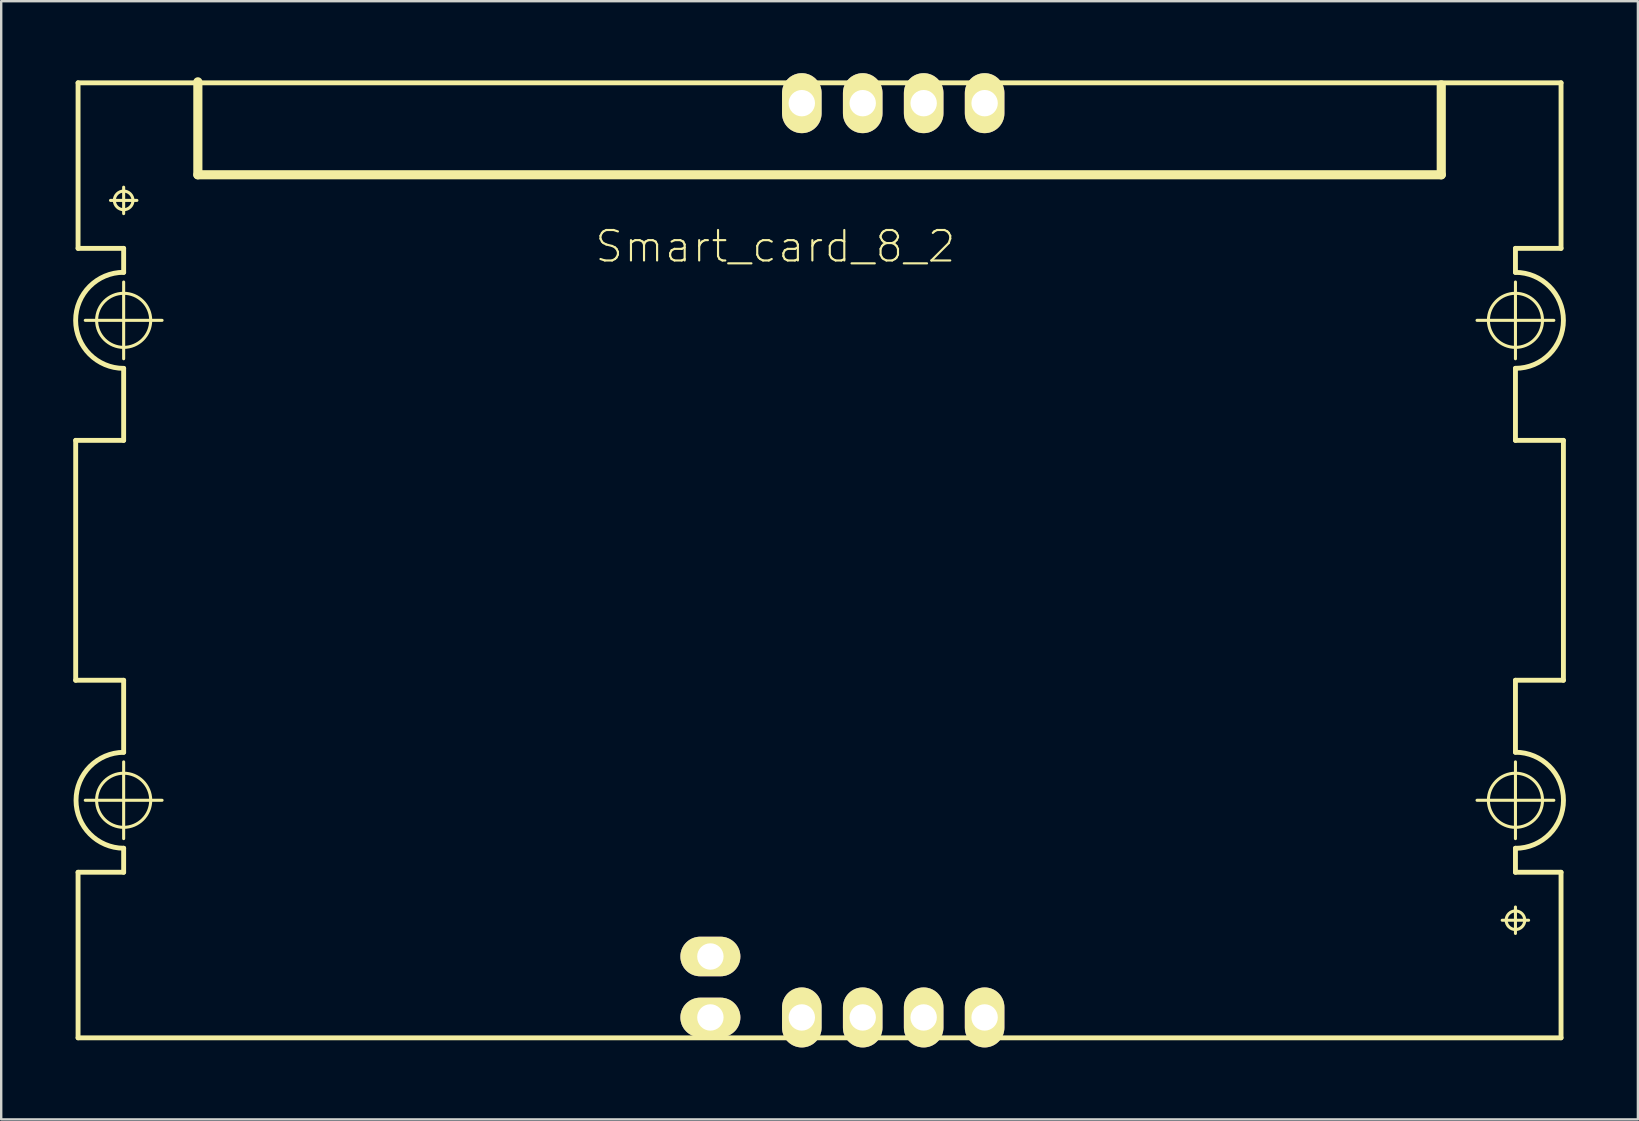
<source format=kicad_pcb>
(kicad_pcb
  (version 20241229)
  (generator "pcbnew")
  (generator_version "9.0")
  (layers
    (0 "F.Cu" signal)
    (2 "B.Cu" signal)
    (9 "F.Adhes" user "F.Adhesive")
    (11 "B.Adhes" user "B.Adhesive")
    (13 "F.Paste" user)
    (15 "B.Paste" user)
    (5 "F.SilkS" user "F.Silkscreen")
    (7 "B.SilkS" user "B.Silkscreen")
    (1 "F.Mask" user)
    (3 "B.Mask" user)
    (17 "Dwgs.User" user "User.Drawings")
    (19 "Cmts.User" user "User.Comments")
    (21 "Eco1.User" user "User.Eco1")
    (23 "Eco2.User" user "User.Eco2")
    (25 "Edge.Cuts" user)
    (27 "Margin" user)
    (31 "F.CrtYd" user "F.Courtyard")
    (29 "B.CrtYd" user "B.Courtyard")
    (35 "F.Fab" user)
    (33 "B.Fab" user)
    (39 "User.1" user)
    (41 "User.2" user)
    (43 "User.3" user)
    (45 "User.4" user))
  (footprint "Smart_card_8_2"
    (layer "F.Cu")
    (at 30.658 20.175)
    (property "Reference" "Smart_card_8_2" (at -1.397 -12.954 0) (layer "F.SilkS") (effects (font (size 1.27 1.27) (thickness 0.089))))
    (attr exclude_from_pos_files exclude_from_bom)
    (fp_line (start -30.554 -4.874) (end -28.555 -4.874) (stroke (width 0.203) (type solid)) (layer "F.SilkS"))
    (fp_line (start -30.554 5.123) (end -30.554 -4.874) (stroke (width 0.203) (type solid)) (layer "F.SilkS"))
    (fp_line (start -30.455 -12.875) (end -30.455 -19.774) (stroke (width 0.203) (type solid)) (layer "F.SilkS"))
    (fp_line (start -30.455 13.124) (end -28.555 13.124) (stroke (width 0.203) (type solid)) (layer "F.SilkS"))
    (fp_line (start -30.455 20.023) (end -30.455 13.124) (stroke (width 0.203) (type solid)) (layer "F.SilkS"))
    (fp_line (start -30.455 20.023) (end 31.344 20.023) (stroke (width 0.203) (type solid)) (layer "F.SilkS"))
    (fp_line (start -28.555 -14.323) (end -28.555 -15.425) (stroke (width 0.127) (type solid)) (layer "F.SilkS"))
    (fp_line (start -28.555 -12.875) (end -30.455 -12.875) (stroke (width 0.203) (type solid)) (layer "F.SilkS"))
    (fp_line (start -28.555 -11.874) (end -28.555 -12.875) (stroke (width 0.203) (type solid)) (layer "F.SilkS"))
    (fp_line (start -28.555 -8.275) (end -28.555 -11.473) (stroke (width 0.127) (type solid)) (layer "F.SilkS"))
    (fp_line (start -28.555 -4.874) (end -28.555 -7.874) (stroke (width 0.203) (type solid)) (layer "F.SilkS"))
    (fp_line (start -28.555 5.123) (end -30.554 5.123) (stroke (width 0.203) (type solid)) (layer "F.SilkS"))
    (fp_line (start -28.555 8.123) (end -28.555 5.123) (stroke (width 0.203) (type solid)) (layer "F.SilkS"))
    (fp_line (start -28.555 11.722) (end -28.555 8.524) (stroke (width 0.127) (type solid)) (layer "F.SilkS"))
    (fp_line (start -28.555 13.124) (end -28.555 12.123) (stroke (width 0.203) (type solid)) (layer "F.SilkS"))
    (fp_line (start -28.003 -14.874) (end -29.103 -14.874) (stroke (width 0.127) (type solid)) (layer "F.SilkS"))
    (fp_line (start -26.954 -9.876) (end -30.155 -9.876) (stroke (width 0.127) (type solid)) (layer "F.SilkS"))
    (fp_line (start -26.954 10.124) (end -30.155 10.124) (stroke (width 0.127) (type solid)) (layer "F.SilkS"))
    (fp_line (start -25.463 -15.941) (end -25.463 -19.815) (stroke (width 0.381) (type solid)) (layer "F.SilkS"))
    (fp_line (start 26.352 -19.688) (end 26.352 -15.941) (stroke (width 0.381) (type solid)) (layer "F.SilkS"))
    (fp_line (start 26.352 -15.941) (end -25.463 -15.941) (stroke (width 0.381) (type solid)) (layer "F.SilkS"))
    (fp_line (start 29.444 -12.875) (end 31.344 -12.875) (stroke (width 0.203) (type solid)) (layer "F.SilkS"))
    (fp_line (start 29.444 -11.874) (end 29.444 -12.875) (stroke (width 0.203) (type solid)) (layer "F.SilkS"))
    (fp_line (start 29.444 -8.275) (end 29.444 -11.473) (stroke (width 0.127) (type solid)) (layer "F.SilkS"))
    (fp_line (start 29.444 -4.874) (end 29.444 -7.874) (stroke (width 0.203) (type solid)) (layer "F.SilkS"))
    (fp_line (start 29.444 5.123) (end 31.443 5.123) (stroke (width 0.203) (type solid)) (layer "F.SilkS"))
    (fp_line (start 29.444 8.123) (end 29.444 5.123) (stroke (width 0.203) (type solid)) (layer "F.SilkS"))
    (fp_line (start 29.444 11.722) (end 29.444 8.524) (stroke (width 0.127) (type solid)) (layer "F.SilkS"))
    (fp_line (start 29.444 13.124) (end 29.444 12.123) (stroke (width 0.203) (type solid)) (layer "F.SilkS"))
    (fp_line (start 29.444 15.674) (end 29.444 14.572) (stroke (width 0.127) (type solid)) (layer "F.SilkS"))
    (fp_line (start 29.992 15.123) (end 28.892 15.123) (stroke (width 0.127) (type solid)) (layer "F.SilkS"))
    (fp_line (start 31.044 -9.876) (end 27.843 -9.876) (stroke (width 0.127) (type solid)) (layer "F.SilkS"))
    (fp_line (start 31.044 10.124) (end 27.843 10.124) (stroke (width 0.127) (type solid)) (layer "F.SilkS"))
    (fp_line (start 31.344 -19.774) (end -30.455 -19.774) (stroke (width 0.203) (type solid)) (layer "F.SilkS"))
    (fp_line (start 31.344 -12.875) (end 31.344 -19.774) (stroke (width 0.203) (type solid)) (layer "F.SilkS"))
    (fp_line (start 31.344 13.124) (end 29.444 13.124) (stroke (width 0.203) (type solid)) (layer "F.SilkS"))
    (fp_line (start 31.344 20.023) (end 31.344 13.124) (stroke (width 0.203) (type solid)) (layer "F.SilkS"))
    (fp_line (start 31.443 -4.874) (end 29.444 -4.874) (stroke (width 0.203) (type solid)) (layer "F.SilkS"))
    (fp_line (start 31.443 5.123) (end 31.443 -4.874) (stroke (width 0.203) (type solid)) (layer "F.SilkS"))
    (fp_arc (start -28.55468 -7.874) (mid -30.5562 -9.87552) (end -28.55468 -11.87704) (stroke (width 0.2032) (type solid)) (layer "F.SilkS"))
    (fp_arc (start -28.55468 12.12342) (mid -30.55366 10.12444) (end -28.55468 8.12546) (stroke (width 0.2032) (type solid)) (layer "F.SilkS"))
    (fp_arc (start 29.44368 -11.8745) (mid 31.44266 -9.87552) (end 29.44368 -7.87654) (stroke (width 0.2032) (type solid)) (layer "F.SilkS"))
    (fp_arc (start 29.44368 8.12292) (mid 31.4452 10.12444) (end 29.44368 12.12596) (stroke (width 0.2032) (type solid)) (layer "F.SilkS"))
    (fp_circle (center -28.555 -14.874) (end -28.829 -15.149) (stroke (width 0.127) (type solid)) (fill no) (layer "F.SilkS"))
    (fp_circle (center -28.555 -9.876) (end -29.352 -10.673) (stroke (width 0.127) (type solid)) (fill no) (layer "F.SilkS"))
    (fp_circle (center -28.555 10.124) (end -29.352 10.922) (stroke (width 0.127) (type solid)) (fill no) (layer "F.SilkS"))
    (fp_circle (center 29.444 -9.876) (end 30.241 -10.673) (stroke (width 0.127) (type solid)) (fill no) (layer "F.SilkS"))
    (fp_circle (center 29.444 10.124) (end 30.241 10.922) (stroke (width 0.127) (type solid)) (fill no) (layer "F.SilkS"))
    (fp_circle (center 29.444 15.123) (end 29.718 15.397) (stroke (width 0.127) (type solid)) (fill no) (layer "F.SilkS"))
    (pad "C1" thru_hole oval (at 7.323 19.174 90) (size 2.499 1.648) (drill 1.1) (layers "*.Cu" "F.Mask" "F.SilkS" "F.Paste"))
    (pad "C2" thru_hole oval (at 4.783 19.174 90) (size 2.499 1.648) (drill 1.1) (layers "*.Cu" "F.Mask" "F.SilkS" "F.Paste"))
    (pad "C3" thru_hole oval (at 2.243 19.174 90) (size 2.499 1.648) (drill 1.1) (layers "*.Cu" "F.Mask" "F.SilkS" "F.Paste"))
    (pad "C4" thru_hole oval (at -0.295 19.174 90) (size 2.499 1.648) (drill 1.1) (layers "*.Cu" "F.Mask" "F.SilkS" "F.Paste"))
    (pad "C5" thru_hole oval (at 7.323 -18.926 90) (size 2.499 1.648) (drill 1.1) (layers "*.Cu" "F.Mask" "F.SilkS" "F.Paste"))
    (pad "C6" thru_hole oval (at 4.783 -18.926 90) (size 2.499 1.648) (drill 1.1) (layers "*.Cu" "F.Mask" "F.SilkS" "F.Paste"))
    (pad "C7" thru_hole oval (at 2.243 -18.926 90) (size 2.499 1.648) (drill 1.1) (layers "*.Cu" "F.Mask" "F.SilkS" "F.Paste"))
    (pad "C8" thru_hole oval (at -0.295 -18.926 90) (size 2.499 1.648) (drill 1.1) (layers "*.Cu" "F.Mask" "F.SilkS" "F.Paste"))
    (pad "S1" thru_hole oval (at -4.105 19.174 90) (size 1.648 2.499) (drill 1.1) (layers "*.Cu" "F.Mask" "F.SilkS" "F.Paste"))
    (pad "S2" thru_hole oval (at -4.105 16.634 90) (size 1.648 2.499) (drill 1.1) (layers "*.Cu" "F.Mask" "F.SilkS" "F.Paste")))
  (gr_rect
    (start -3 -3)
    (end 65.205 43.599)
    (stroke (width 0.1) (type default))
    (fill no)
    (layer "Edge.Cuts")))
</source>
